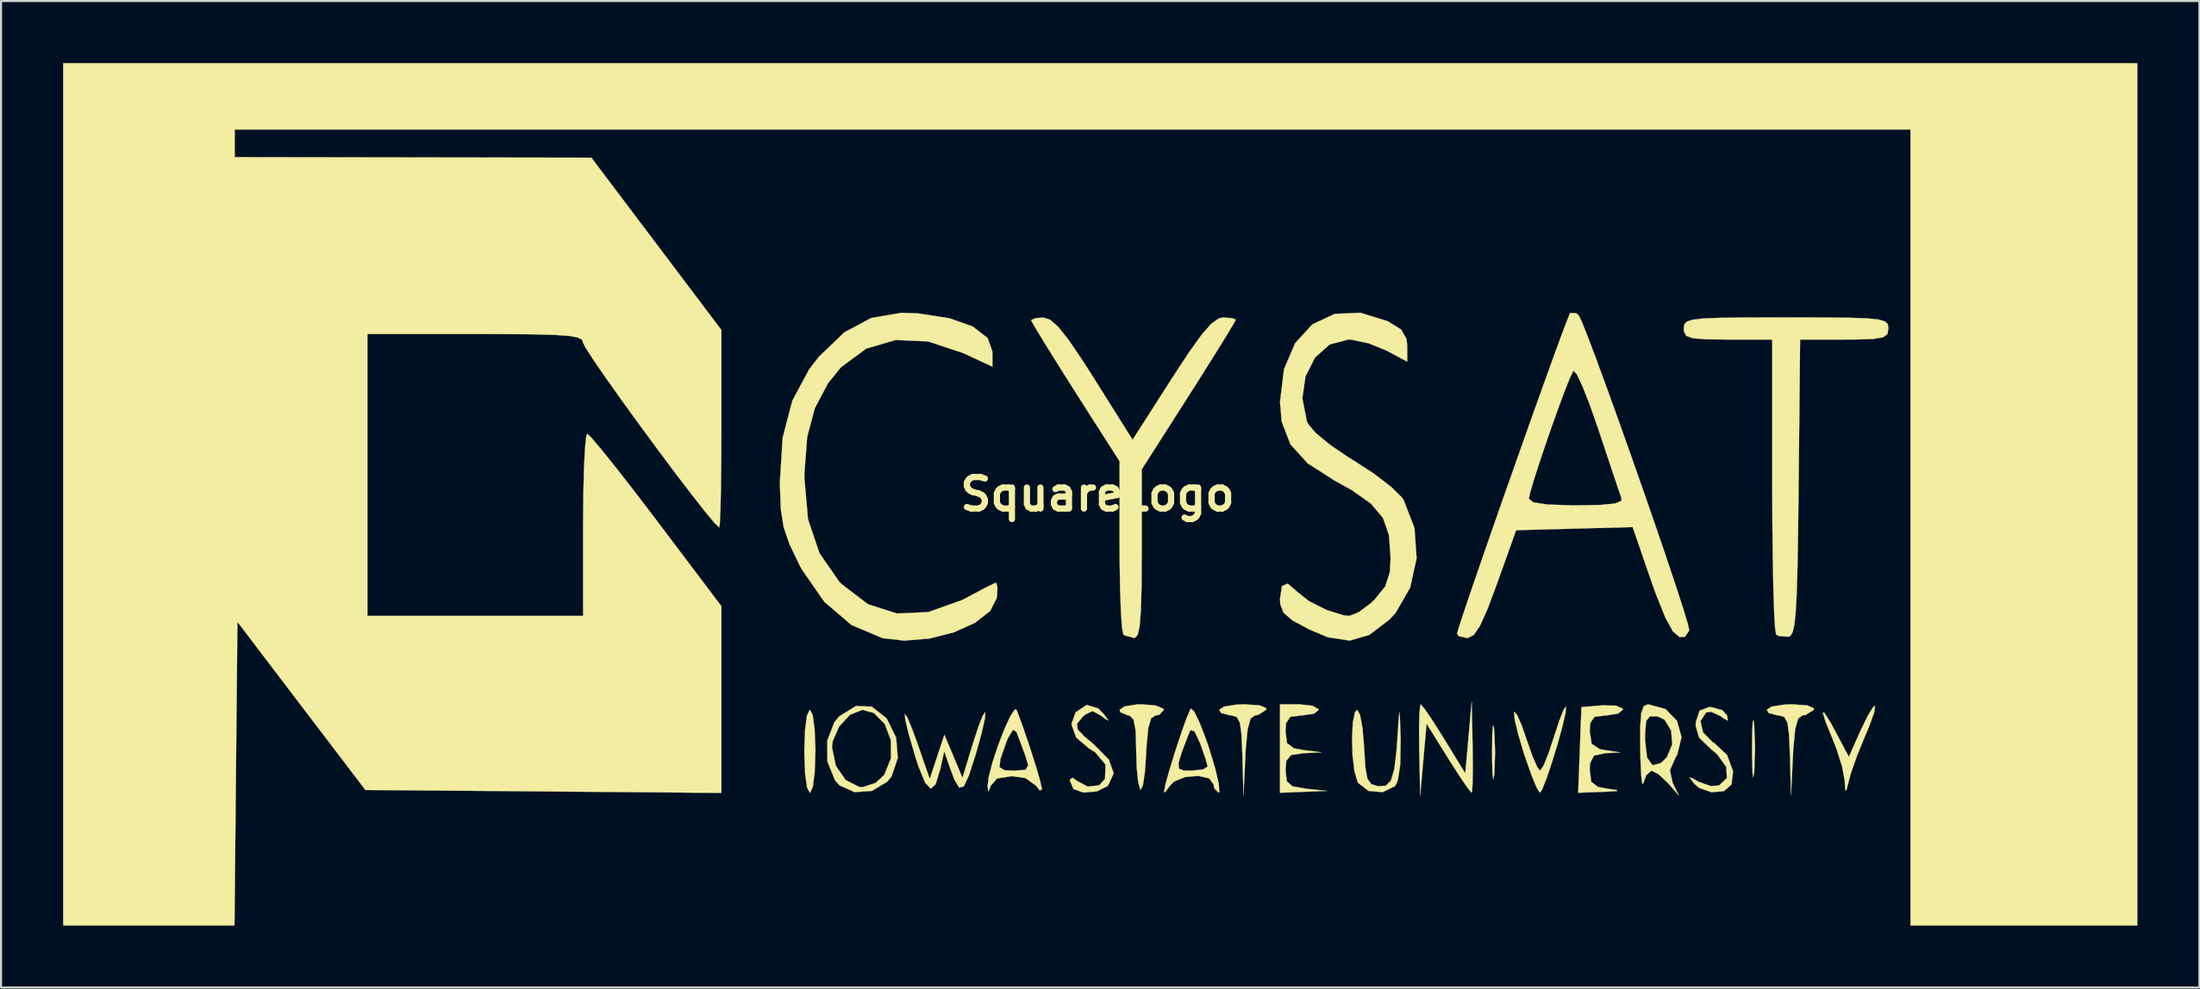
<source format=kicad_pcb>
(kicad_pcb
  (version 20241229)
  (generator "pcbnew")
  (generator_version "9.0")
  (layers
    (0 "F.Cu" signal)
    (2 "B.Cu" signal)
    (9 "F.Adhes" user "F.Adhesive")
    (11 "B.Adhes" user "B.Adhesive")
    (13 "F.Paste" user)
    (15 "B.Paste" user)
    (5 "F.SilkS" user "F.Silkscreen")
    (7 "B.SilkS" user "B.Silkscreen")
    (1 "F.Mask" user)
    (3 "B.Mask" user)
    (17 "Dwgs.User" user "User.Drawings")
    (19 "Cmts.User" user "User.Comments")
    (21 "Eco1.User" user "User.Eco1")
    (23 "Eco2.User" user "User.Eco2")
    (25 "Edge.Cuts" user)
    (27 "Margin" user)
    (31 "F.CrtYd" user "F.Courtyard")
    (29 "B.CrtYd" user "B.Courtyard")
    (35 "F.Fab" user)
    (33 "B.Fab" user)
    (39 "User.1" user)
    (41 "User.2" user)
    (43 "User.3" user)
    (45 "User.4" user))
  (footprint "SquareLogo"
    (layer "F.Cu")
    (at 50.003 20.86)
    (property "Reference" "SquareLogo" (at 0 0 0) (layer "F.SilkS") (effects (font (size 1.524 1.524) (thickness 0.3))))
    (attr through_hole)
    (fp_poly (pts (xy 19.157 11.238) (xy 19.179 11.437) (xy 19.221 12.447) (xy 19.19 13.442) (xy 19.178 13.576) (xy 19.131 13.794) (xy 19.096 13.536) (xy 19.077 12.86) (xy 19.075 12.433) (xy 19.086 11.606) (xy 19.115 11.192) (xy 19.157 11.238)) (stroke (width 0.01) (type solid)) (fill yes) (layer "F.SilkS"))
    (fp_poly (pts (xy 31.745 11.163) (xy 31.787 12.227) (xy 31.754 13.323) (xy 31.745 13.435) (xy 31.701 13.702) (xy 31.667 13.486) (xy 31.646 12.84) (xy 31.643 12.299) (xy 31.653 11.431) (xy 31.68 10.964) (xy 31.719 10.948) (xy 31.745 11.163)) (stroke (width 0.01) (type solid)) (fill yes) (layer "F.SilkS"))
    (fp_poly (pts (xy -13.768 10.676) (xy -13.675 11.35) (xy -13.636 12.339) (xy -13.636 12.433) (xy -13.669 13.443) (xy -13.759 14.147) (xy -13.891 14.436) (xy -13.903 14.438) (xy -14.038 14.189) (xy -14.132 13.516) (xy -14.17 12.527) (xy -14.171 12.433) (xy -14.137 11.422) (xy -14.048 10.718) (xy -13.916 10.429) (xy -13.903 10.427) (xy -13.768 10.676)) (stroke (width 0.01) (type solid)) (fill yes) (layer "F.SilkS"))
    (fp_poly (pts (xy 7.844 10.211) (xy 8.163 10.35) (xy 8.155 10.427) (xy 7.767 10.675) (xy 7.616 10.695) (xy 7.401 10.85) (xy 7.258 11.368) (xy 7.166 12.325) (xy 7.15 12.633) (xy 7.058 14.572) (xy 7.005 12.633) (xy 6.963 11.627) (xy 6.883 11.043) (xy 6.73 10.77) (xy 6.472 10.696) (xy 6.417 10.695) (xy 5.982 10.583) (xy 5.882 10.427) (xy 6.121 10.269) (xy 6.727 10.173) (xy 7.101 10.16) (xy 7.844 10.211)) (stroke (width 0.01) (type solid)) (fill yes) (layer "F.SilkS"))
    (fp_poly (pts (xy 34.314 10.211) (xy 34.633 10.35) (xy 34.624 10.427) (xy 34.237 10.675) (xy 34.085 10.695) (xy 33.871 10.85) (xy 33.727 11.368) (xy 33.636 12.325) (xy 33.62 12.633) (xy 33.527 14.572) (xy 33.474 12.633) (xy 33.432 11.627) (xy 33.352 11.043) (xy 33.2 10.77) (xy 32.942 10.696) (xy 32.886 10.695) (xy 32.452 10.583) (xy 32.352 10.427) (xy 32.591 10.269) (xy 33.197 10.173) (xy 33.571 10.16) (xy 34.314 10.211)) (stroke (width 0.01) (type solid)) (fill yes) (layer "F.SilkS"))
    (fp_poly (pts (xy 18.135 12.232) (xy 18.145 13.242) (xy 18.133 14.009) (xy 18.1 14.408) (xy 18.085 14.438) (xy 17.909 14.228) (xy 17.53 13.675) (xy 17.027 12.892) (xy 16.949 12.767) (xy 15.908 11.096) (xy 15.754 12.834) (xy 15.6 14.572) (xy 15.554 12.366) (xy 15.545 11.356) (xy 15.563 10.589) (xy 15.604 10.19) (xy 15.622 10.16) (xy 15.806 10.371) (xy 16.187 10.927) (xy 16.686 11.714) (xy 16.758 11.831) (xy 17.78 13.502) (xy 18.089 10.026) (xy 18.135 12.232)) (stroke (width 0.01) (type solid)) (fill yes) (layer "F.SilkS"))
    (fp_poly (pts (xy 37.556 10.516) (xy 37.343 11.131) (xy 37.123 11.656) (xy 36.744 12.578) (xy 36.439 13.439) (xy 36.345 13.769) (xy 36.208 14.3) (xy 36.149 14.328) (xy 36.123 13.875) (xy 36.122 13.858) (xy 36 13.187) (xy 35.723 12.308) (xy 35.56 11.898) (xy 35.197 11.005) (xy 35.059 10.556) (xy 35.142 10.566) (xy 35.441 11.048) (xy 35.685 11.497) (xy 36.321 12.7) (xy 36.898 11.408) (xy 37.238 10.71) (xy 37.498 10.291) (xy 37.591 10.23) (xy 37.556 10.516)) (stroke (width 0.01) (type solid)) (fill yes) (layer "F.SilkS"))
    (fp_poly (pts (xy 2.809 10.219) (xy 3.181 10.367) (xy 3.208 10.427) (xy 2.993 10.667) (xy 2.819 10.695) (xy 2.599 10.83) (xy 2.457 11.294) (xy 2.371 12.175) (xy 2.351 12.59) (xy 2.288 13.484) (xy 2.193 14.09) (xy 2.086 14.293) (xy 2.072 14.284) (xy 1.968 13.928) (xy 1.895 13.204) (xy 1.872 12.388) (xy 1.844 11.428) (xy 1.744 10.899) (xy 1.548 10.704) (xy 1.471 10.695) (xy 1.115 10.55) (xy 1.069 10.427) (xy 1.307 10.26) (xy 1.899 10.167) (xy 2.139 10.16) (xy 2.809 10.219)) (stroke (width 0.01) (type solid)) (fill yes) (layer "F.SilkS"))
    (fp_poly (pts (xy 10.377 10.227) (xy 10.687 10.392) (xy 10.695 10.427) (xy 10.462 10.615) (xy 9.903 10.695) (xy 9.893 10.695) (xy 9.324 10.762) (xy 9.115 11.073) (xy 9.091 11.48) (xy 9.163 12.035) (xy 9.492 12.286) (xy 9.959 12.373) (xy 10.828 12.481) (xy 9.959 12.524) (xy 9.358 12.612) (xy 9.125 12.9) (xy 9.091 13.352) (xy 9.148 13.876) (xy 9.424 14.126) (xy 10.076 14.241) (xy 10.093 14.243) (xy 11.096 14.348) (xy 9.959 14.393) (xy 8.823 14.438) (xy 8.823 10.16) (xy 9.759 10.16) (xy 10.377 10.227)) (stroke (width 0.01) (type solid)) (fill yes) (layer "F.SilkS"))
    (fp_poly (pts (xy 22.632 10.549) (xy 22.486 11.189) (xy 22.256 12.03) (xy 21.984 12.924) (xy 21.717 13.721) (xy 21.5 14.273) (xy 21.389 14.438) (xy 21.235 14.203) (xy 20.978 13.582) (xy 20.669 12.702) (xy 20.617 12.544) (xy 20.34 11.615) (xy 20.169 10.899) (xy 20.134 10.532) (xy 20.143 10.516) (xy 20.286 10.673) (xy 20.523 11.217) (xy 20.749 11.874) (xy 21.028 12.673) (xy 21.27 13.215) (xy 21.396 13.368) (xy 21.558 13.134) (xy 21.807 12.522) (xy 22.058 11.762) (xy 22.324 10.95) (xy 22.538 10.408) (xy 22.647 10.259) (xy 22.632 10.549)) (stroke (width 0.01) (type solid)) (fill yes) (layer "F.SilkS"))
    (fp_poly (pts (xy 25.067 10.223) (xy 25.39 10.369) (xy 25.4 10.411) (xy 25.168 10.61) (xy 24.608 10.695) (xy 24.598 10.695) (xy 24.029 10.762) (xy 23.82 11.073) (xy 23.796 11.479) (xy 23.887 12.065) (xy 24.265 12.322) (xy 24.531 12.375) (xy 25.266 12.486) (xy 24.531 12.526) (xy 24.002 12.639) (xy 23.812 13.012) (xy 23.796 13.351) (xy 23.869 13.906) (xy 24.197 14.158) (xy 24.665 14.244) (xy 25.125 14.312) (xy 25.113 14.354) (xy 24.601 14.387) (xy 24.386 14.395) (xy 23.239 14.438) (xy 23.317 12.366) (xy 23.395 10.294) (xy 24.397 10.211) (xy 25.067 10.223)) (stroke (width 0.01) (type solid)) (fill yes) (layer "F.SilkS"))
    (fp_poly (pts (xy -5.437 10.824) (xy -5.585 11.49) (xy -5.832 12.398) (xy -5.882 12.566) (xy -6.211 13.593) (xy -6.462 14.126) (xy -6.681 14.19) (xy -6.913 13.811) (xy -7.113 13.282) (xy -7.408 12.433) (xy -7.601 13.299) (xy -7.819 14.017) (xy -8.055 14.24) (xy -8.327 13.958) (xy -8.654 13.162) (xy -8.81 12.68) (xy -9.129 11.587) (xy -9.294 10.893) (xy -9.312 10.624) (xy -9.184 10.806) (xy -8.915 11.465) (xy -8.712 12.032) (xy -8.108 13.769) (xy -7.754 12.7) (xy -7.4 11.631) (xy -6.963 12.673) (xy -6.526 13.716) (xy -6.027 12.07) (xy -5.758 11.247) (xy -5.538 10.694) (xy -5.419 10.534) (xy -5.437 10.824)) (stroke (width 0.01) (type solid)) (fill yes) (layer "F.SilkS"))
    (fp_poly (pts (xy 12.693 10.672) (xy 12.812 11.313) (xy 12.887 12.214) (xy 12.888 12.232) (xy 12.947 13.199) (xy 13.048 13.753) (xy 13.233 14.019) (xy 13.547 14.119) (xy 13.559 14.121) (xy 13.928 14.101) (xy 14.18 13.858) (xy 14.347 13.307) (xy 14.46 12.362) (xy 14.52 11.497) (xy 14.565 10.791) (xy 14.596 10.543) (xy 14.62 10.777) (xy 14.645 11.515) (xy 14.656 11.911) (xy 14.637 13.065) (xy 14.517 13.846) (xy 14.384 14.117) (xy 13.782 14.41) (xy 13.103 14.349) (xy 12.599 13.961) (xy 12.576 13.921) (xy 12.423 13.4) (xy 12.332 12.636) (xy 12.306 11.793) (xy 12.344 11.039) (xy 12.447 10.538) (xy 12.554 10.427) (xy 12.693 10.672)) (stroke (width 0.01) (type solid)) (fill yes) (layer "F.SilkS"))
    (fp_poly (pts (xy 30.203 10.441) (xy 30.434 10.695) (xy 30.476 10.953) (xy 30.24 10.824) (xy 30.134 10.739) (xy 29.667 10.521) (xy 29.422 10.554) (xy 29.15 10.974) (xy 29.272 11.513) (xy 29.739 11.989) (xy 29.819 12.035) (xy 30.439 12.617) (xy 30.725 13.405) (xy 30.651 14.036) (xy 30.283 14.36) (xy 29.683 14.413) (xy 29.078 14.201) (xy 28.842 13.994) (xy 28.621 13.699) (xy 28.766 13.736) (xy 29.041 13.902) (xy 29.644 14.114) (xy 30.044 14.087) (xy 30.43 13.727) (xy 30.393 13.187) (xy 29.957 12.577) (xy 29.662 12.33) (xy 29.084 11.774) (xy 28.915 11.195) (xy 28.927 11.009) (xy 29.106 10.465) (xy 29.562 10.296) (xy 29.656 10.294) (xy 30.203 10.441)) (stroke (width 0.01) (type solid)) (fill yes) (layer "F.SilkS"))
    (fp_poly (pts (xy -10.912 10.271) (xy -10.206 10.831) (xy -10.179 10.864) (xy -9.731 11.774) (xy -9.655 12.765) (xy -9.951 13.641) (xy -10.16 13.903) (xy -10.907 14.348) (xy -11.74 14.407) (xy -12.464 14.085) (xy -12.685 13.844) (xy -13.055 12.929) (xy -13.06 12.239) (xy -12.834 12.239) (xy -12.65 13.135) (xy -12.172 13.824) (xy -11.514 14.159) (xy -11.363 14.171) (xy -10.722 13.958) (xy -10.309 13.576) (xy -9.981 12.765) (xy -9.989 11.894) (xy -10.281 11.115) (xy -10.807 10.579) (xy -11.363 10.427) (xy -11.957 10.66) (xy -12.488 11.232) (xy -12.802 11.955) (xy -12.834 12.239) (xy -13.06 12.239) (xy -13.062 11.918) (xy -12.72 11.024) (xy -12.482 10.741) (xy -11.678 10.241) (xy -10.912 10.271)) (stroke (width 0.01) (type solid)) (fill yes) (layer "F.SilkS"))
    (fp_poly (pts (xy 0.038 10.357) (xy 0.301 10.628) (xy 0.532 10.943) (xy 0.399 10.881) (xy 0.187 10.718) (xy -0.234 10.485) (xy -0.598 10.657) (xy -0.749 10.802) (xy -0.99 11.105) (xy -0.958 11.375) (xy -0.593 11.75) (xy -0.201 12.075) (xy 0.549 12.835) (xy 0.785 13.497) (xy 0.514 14.083) (xy 0.481 14.117) (xy -0.031 14.372) (xy -0.678 14.429) (xy -1.156 14.262) (xy -1.159 14.26) (xy -1.335 13.848) (xy -1.337 13.805) (xy -1.2 13.709) (xy -1.016 13.85) (xy -0.469 14.141) (xy 0.077 14.079) (xy 0.364 13.769) (xy 0.388 13.073) (xy -0.112 12.478) (xy -0.411 12.294) (xy -1.032 11.762) (xy -1.261 11.124) (xy -1.059 10.548) (xy -0.519 10.188) (xy 0.038 10.357)) (stroke (width 0.01) (type solid)) (fill yes) (layer "F.SilkS"))
    (fp_poly (pts (xy -3.91 10.427) (xy -3.624 11.193) (xy -3.308 12.116) (xy -3.012 13.038) (xy -2.787 13.801) (xy -2.684 14.246) (xy -2.682 14.279) (xy -2.792 14.33) (xy -2.962 14.104) (xy -3.477 13.729) (xy -4.138 13.636) (xy -4.855 13.746) (xy -5.162 14.1) (xy -5.163 14.104) (xy -5.266 14.386) (xy -5.316 14.156) (xy -5.259 13.669) (xy -5.137 13.2) (xy -4.734 13.2) (xy -4.506 13.347) (xy -4.017 13.368) (xy -3.473 13.328) (xy -3.349 13.1) (xy -3.49 12.633) (xy -3.743 11.951) (xy -3.915 11.497) (xy -4.085 11.391) (xy -4.326 11.792) (xy -4.422 12.032) (xy -4.693 12.803) (xy -4.734 13.2) (xy -5.137 13.2) (xy -5.072 12.954) (xy -4.803 12.141) (xy -4.502 11.359) (xy -4.217 10.74) (xy -3.998 10.412) (xy -3.91 10.427)) (stroke (width 0.01) (type solid)) (fill yes) (layer "F.SilkS"))
    (fp_poly (pts (xy 27.453 10.385) (xy 28.016 10.961) (xy 28.233 11.744) (xy 28.03 12.586) (xy 27.944 12.731) (xy 27.673 13.354) (xy 27.801 13.946) (xy 27.813 13.973) (xy 28.104 14.572) (xy 27.578 13.97) (xy 27.118 13.538) (xy 26.779 13.368) (xy 26.523 13.595) (xy 26.391 13.97) (xy 26.335 14.005) (xy 26.285 13.589) (xy 26.248 12.804) (xy 26.239 12.366) (xy 26.237 11.879) (xy 26.469 11.879) (xy 26.564 12.731) (xy 26.831 13.11) (xy 27.244 12.997) (xy 27.526 12.716) (xy 27.784 12.1) (xy 27.731 11.427) (xy 27.415 10.906) (xy 27.071 10.743) (xy 26.702 10.742) (xy 26.526 10.966) (xy 26.472 11.544) (xy 26.469 11.879) (xy 26.237 11.879) (xy 26.236 11.26) (xy 26.285 10.59) (xy 26.401 10.256) (xy 26.603 10.16) (xy 26.621 10.16) (xy 27.453 10.385)) (stroke (width 0.01) (type solid)) (fill yes) (layer "F.SilkS"))
    (fp_poly (pts (xy 4.674 10.505) (xy 4.941 11.055) (xy 5.268 11.908) (xy 5.401 12.301) (xy 5.692 13.268) (xy 5.863 14.007) (xy 5.891 14.402) (xy 5.858 14.438) (xy 5.642 14.221) (xy 5.615 14.037) (xy 5.397 13.74) (xy 4.873 13.622) (xy 4.242 13.676) (xy 3.698 13.897) (xy 3.497 14.104) (xy 3.277 14.407) (xy 3.217 14.399) (xy 3.289 14.02) (xy 3.487 13.309) (xy 3.58 13.008) (xy 3.913 13.008) (xy 3.943 13.277) (xy 4.179 13.362) (xy 4.552 13.368) (xy 5.105 13.31) (xy 5.327 13.17) (xy 5.327 13.168) (xy 5.227 12.806) (xy 5.007 12.17) (xy 4.956 12.032) (xy 4.689 11.464) (xy 4.497 11.408) (xy 4.45 11.497) (xy 4.084 12.45) (xy 3.913 13.008) (xy 3.58 13.008) (xy 3.759 12.43) (xy 4.051 11.543) (xy 4.313 10.81) (xy 4.492 10.395) (xy 4.514 10.363) (xy 4.674 10.505)) (stroke (width 0.01) (type solid)) (fill yes) (layer "F.SilkS"))
    (fp_poly (pts (xy 6.553 -8.513) (xy 6.684 -8.442) (xy 6.548 -8.19) (xy 6.171 -7.567) (xy 5.603 -6.651) (xy 4.893 -5.523) (xy 4.412 -4.766) (xy 2.139 -1.203) (xy 2.139 2.874) (xy 2.13 4.494) (xy 2.097 5.645) (xy 2.037 6.394) (xy 1.942 6.807) (xy 1.806 6.949) (xy 1.782 6.952) (xy 1.328 6.833) (xy 1.248 6.773) (xy 1.186 6.457) (xy 1.134 5.703) (xy 1.094 4.608) (xy 1.073 3.269) (xy 1.069 2.502) (xy 1.069 -1.592) (xy -1.069 -4.946) (xy -1.819 -6.13) (xy -2.453 -7.147) (xy -2.923 -7.917) (xy -3.178 -8.358) (xy -3.208 -8.428) (xy -2.981 -8.524) (xy -2.607 -8.546) (xy -2.284 -8.442) (xy -1.893 -8.097) (xy -1.381 -7.45) (xy -0.696 -6.437) (xy -0.154 -5.586) (xy 1.697 -2.637) (xy 3.589 -5.594) (xy 4.422 -6.866) (xy 5.046 -7.735) (xy 5.512 -8.262) (xy 5.874 -8.511) (xy 6.083 -8.554) (xy 6.553 -8.513)) (stroke (width 0.01) (type solid)) (fill yes) (layer "F.SilkS"))
    (fp_poly (pts (xy 35.025 -8.553) (xy 36.3 -8.541) (xy 37.183 -8.511) (xy 37.746 -8.455) (xy 38.061 -8.366) (xy 38.2 -8.237) (xy 38.233 -8.058) (xy 38.234 -8.021) (xy 38.189 -7.754) (xy 37.983 -7.595) (xy 37.508 -7.515) (xy 36.657 -7.488) (xy 36.099 -7.486) (xy 33.965 -7.486) (xy 33.893 -0.338) (xy 33.868 1.83) (xy 33.839 3.52) (xy 33.802 4.792) (xy 33.753 5.703) (xy 33.689 6.311) (xy 33.604 6.673) (xy 33.496 6.849) (xy 33.408 6.89) (xy 32.933 6.857) (xy 32.806 6.783) (xy 32.756 6.475) (xy 32.711 5.705) (xy 32.673 4.545) (xy 32.644 3.067) (xy 32.625 1.344) (xy 32.619 -0.446) (xy 32.619 -7.486) (xy 30.48 -7.486) (xy 29.414 -7.497) (xy 28.776 -7.549) (xy 28.456 -7.667) (xy 28.349 -7.88) (xy 28.341 -8.021) (xy 28.363 -8.209) (xy 28.478 -8.347) (xy 28.757 -8.442) (xy 29.271 -8.503) (xy 30.093 -8.537) (xy 31.293 -8.552) (xy 32.944 -8.556) (xy 33.287 -8.556) (xy 35.025 -8.553)) (stroke (width 0.01) (type solid)) (fill yes) (layer "F.SilkS"))
    (fp_poly (pts (xy -8.704 -8.754) (xy -7.167 -8.519) (xy -6.02 -8.112) (xy -5.31 -7.557) (xy -5.08 -6.914) (xy -5.08 -6.174) (xy -6.484 -6.828) (xy -8.19 -7.394) (xy -9.771 -7.463) (xy -11.188 -7.042) (xy -12.406 -6.14) (xy -13.025 -5.372) (xy -13.665 -4.162) (xy -14.033 -2.768) (xy -14.167 -1.044) (xy -14.169 -0.769) (xy -13.993 1.204) (xy -13.444 2.84) (xy -12.499 4.206) (xy -12.361 4.351) (xy -11.097 5.316) (xy -9.7 5.766) (xy -8.177 5.698) (xy -6.537 5.112) (xy -6.183 4.926) (xy -5.489 4.554) (xy -5.011 4.319) (xy -4.895 4.278) (xy -4.836 4.506) (xy -4.862 4.999) (xy -5.186 5.643) (xy -5.921 6.217) (xy -6.941 6.677) (xy -8.124 6.979) (xy -9.345 7.08) (xy -10.394 6.957) (xy -11.894 6.322) (xy -13.205 5.202) (xy -14.3 3.621) (xy -14.418 3.397) (xy -14.893 2.404) (xy -15.171 1.591) (xy -15.306 0.73) (xy -15.35 -0.406) (xy -15.352 -0.603) (xy -15.218 -2.736) (xy -14.755 -4.52) (xy -13.935 -6.051) (xy -13.464 -6.656) (xy -12.234 -7.837) (xy -10.939 -8.529) (xy -9.479 -8.778) (xy -8.704 -8.754)) (stroke (width 0.01) (type solid)) (fill yes) (layer "F.SilkS"))
    (fp_poly (pts (xy 50.265 20.855) (xy 39.303 20.855) (xy 39.303 -17.646) (xy -41.709 -17.646) (xy -41.709 -16.309) (xy -33.087 -16.296) (xy -24.464 -16.282) (xy -21.323 -12.116) (xy -18.181 -7.95) (xy -18.181 -3.173) (xy -18.187 -1.641) (xy -18.202 -0.314) (xy -18.225 0.726) (xy -18.254 1.393) (xy -18.284 1.604) (xy -18.503 1.399) (xy -18.972 0.835) (xy -19.633 -0.008) (xy -20.428 -1.051) (xy -21.298 -2.216) (xy -22.187 -3.424) (xy -23.035 -4.596) (xy -23.784 -5.653) (xy -24.377 -6.516) (xy -24.756 -7.106) (xy -24.865 -7.334) (xy -24.921 -7.48) (xy -25.135 -7.588) (xy -25.573 -7.664) (xy -26.303 -7.713) (xy -27.391 -7.74) (xy -28.906 -7.752) (xy -30.079 -7.754) (xy -35.293 -7.754) (xy -35.293 5.882) (xy -24.865 5.882) (xy -24.865 1.471) (xy -24.854 0.003) (xy -24.822 -1.256) (xy -24.774 -2.219) (xy -24.714 -2.799) (xy -24.665 -2.93) (xy -24.449 -2.722) (xy -23.967 -2.151) (xy -23.27 -1.282) (xy -22.411 -0.18) (xy -21.442 1.089) (xy -21.323 1.247) (xy -18.181 5.412) (xy -18.181 14.445) (xy -35.39 14.304) (xy -38.483 10.238) (xy -41.576 6.171) (xy -41.647 13.513) (xy -41.718 20.855) (xy -49.998 20.855) (xy -49.998 -20.855) (xy 50.265 -20.855) (xy 50.265 20.855)) (stroke (width 0.01) (type solid)) (fill yes) (layer "F.SilkS"))
    (fp_poly (pts (xy 14.028 -8.373) (xy 14.68 -7.971) (xy 14.944 -7.502) (xy 14.973 -7.169) (xy 14.973 -6.416) (xy 13.974 -6.951) (xy 13.117 -7.3) (xy 12.271 -7.48) (xy 12.126 -7.486) (xy 11.225 -7.248) (xy 10.516 -6.613) (xy 10.056 -5.705) (xy 9.903 -4.645) (xy 10.116 -3.556) (xy 10.182 -3.402) (xy 10.54 -2.974) (xy 11.237 -2.399) (xy 12.14 -1.782) (xy 12.42 -1.612) (xy 13.381 -0.987) (xy 14.197 -0.358) (xy 14.723 0.161) (xy 14.795 0.264) (xy 15.324 1.631) (xy 15.426 3.097) (xy 15.116 4.514) (xy 14.412 5.739) (xy 14.109 6.064) (xy 13.14 6.801) (xy 12.189 7.079) (xy 11.124 6.913) (xy 10.226 6.533) (xy 9.419 6.095) (xy 8.995 5.731) (xy 8.838 5.32) (xy 8.823 5.056) (xy 8.918 4.437) (xy 9.195 4.319) (xy 9.648 4.706) (xy 9.659 4.72) (xy 10.236 5.175) (xy 11.07 5.594) (xy 11.891 5.852) (xy 12.177 5.882) (xy 12.628 5.704) (xy 13.22 5.26) (xy 13.389 5.101) (xy 13.909 4.461) (xy 14.133 3.769) (xy 14.171 3.078) (xy 14.093 1.985) (xy 13.804 1.148) (xy 13.222 0.451) (xy 12.263 -0.22) (xy 11.465 -0.662) (xy 10.16 -1.496) (xy 9.327 -2.416) (xy 8.906 -3.511) (xy 8.823 -4.459) (xy 9.016 -6.047) (xy 9.558 -7.316) (xy 10.392 -8.223) (xy 11.461 -8.725) (xy 12.71 -8.781) (xy 14.028 -8.373)) (stroke (width 0.01) (type solid)) (fill yes) (layer "F.SilkS"))
    (fp_poly (pts (xy 23.141 -8.757) (xy 23.258 -8.666) (xy 23.411 -8.353) (xy 23.707 -7.612) (xy 24.119 -6.519) (xy 24.62 -5.153) (xy 25.182 -3.591) (xy 25.779 -1.912) (xy 26.381 -0.193) (xy 26.963 1.487) (xy 27.498 3.052) (xy 27.956 4.422) (xy 28.312 5.521) (xy 28.539 6.27) (xy 28.608 6.581) (xy 28.405 6.891) (xy 28.141 6.903) (xy 27.828 6.649) (xy 27.451 5.968) (xy 26.991 4.82) (xy 26.771 4.201) (xy 25.87 1.587) (xy 23.054 1.662) (xy 20.238 1.738) (xy 19.307 4.345) (xy 18.844 5.579) (xy 18.485 6.374) (xy 18.188 6.806) (xy 17.911 6.95) (xy 17.877 6.952) (xy 17.464 6.862) (xy 17.381 6.751) (xy 17.468 6.441) (xy 17.708 5.707) (xy 18.074 4.624) (xy 18.541 3.268) (xy 19.08 1.714) (xy 19.604 0.217) (xy 20.855 0.217) (xy 21.069 0.389) (xy 21.736 0.493) (xy 22.892 0.534) (xy 23.156 0.535) (xy 24.32 0.514) (xy 25.019 0.446) (xy 25.32 0.319) (xy 25.334 0.201) (xy 25.205 -0.173) (xy 24.947 -0.942) (xy 24.596 -1.991) (xy 24.206 -3.165) (xy 23.804 -4.315) (xy 23.445 -5.226) (xy 23.168 -5.81) (xy 23.01 -5.976) (xy 23.007 -5.972) (xy 22.838 -5.63) (xy 22.552 -4.907) (xy 22.192 -3.931) (xy 21.804 -2.831) (xy 21.432 -1.736) (xy 21.12 -0.773) (xy 20.914 -0.073) (xy 20.855 0.217) (xy 19.604 0.217) (xy 19.666 0.039) (xy 20.273 -1.683) (xy 20.872 -3.375) (xy 21.438 -4.961) (xy 21.944 -6.367) (xy 22.363 -7.515) (xy 22.669 -8.331) (xy 22.834 -8.739) (xy 22.852 -8.77) (xy 23.141 -8.757)) (stroke (width 0.01) (type solid)) (fill yes) (layer "F.SilkS")))
  (gr_rect
    (start -3 -3)
    (end 103.273 44.719)
    (stroke (width 0.1) (type default))
    (fill no)
    (layer "Edge.Cuts")))
</source>
